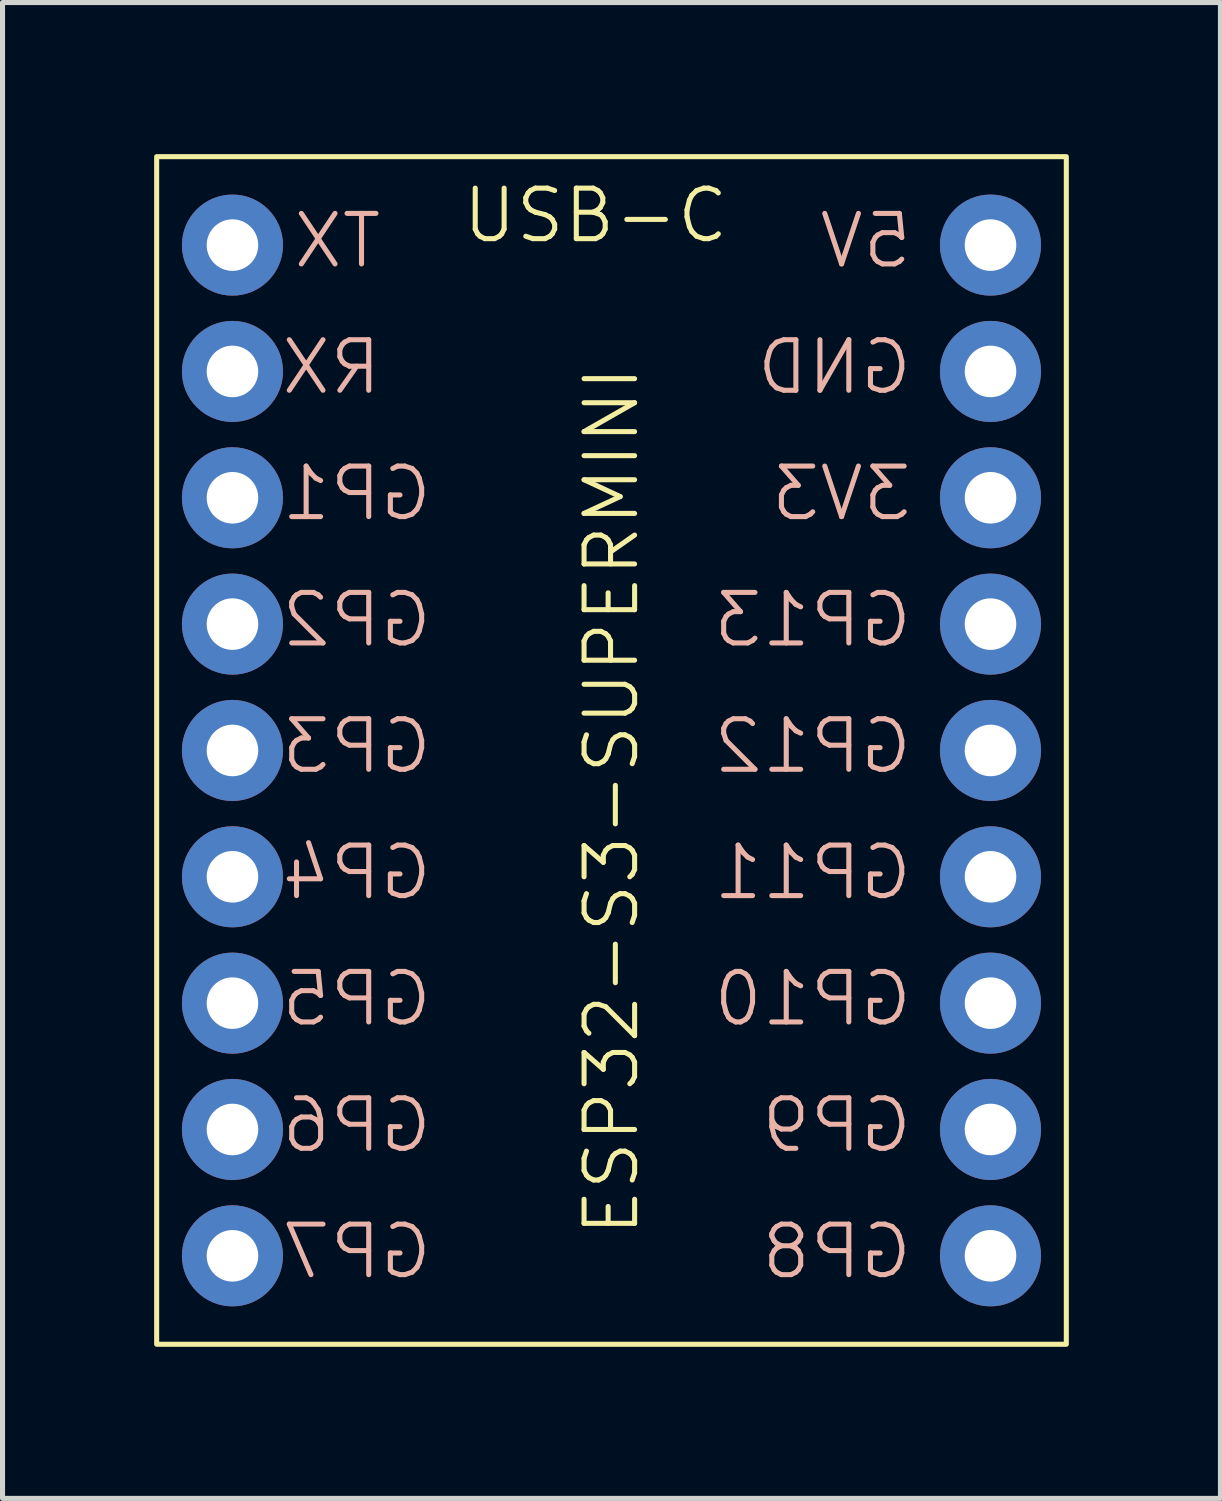
<source format=kicad_pcb>
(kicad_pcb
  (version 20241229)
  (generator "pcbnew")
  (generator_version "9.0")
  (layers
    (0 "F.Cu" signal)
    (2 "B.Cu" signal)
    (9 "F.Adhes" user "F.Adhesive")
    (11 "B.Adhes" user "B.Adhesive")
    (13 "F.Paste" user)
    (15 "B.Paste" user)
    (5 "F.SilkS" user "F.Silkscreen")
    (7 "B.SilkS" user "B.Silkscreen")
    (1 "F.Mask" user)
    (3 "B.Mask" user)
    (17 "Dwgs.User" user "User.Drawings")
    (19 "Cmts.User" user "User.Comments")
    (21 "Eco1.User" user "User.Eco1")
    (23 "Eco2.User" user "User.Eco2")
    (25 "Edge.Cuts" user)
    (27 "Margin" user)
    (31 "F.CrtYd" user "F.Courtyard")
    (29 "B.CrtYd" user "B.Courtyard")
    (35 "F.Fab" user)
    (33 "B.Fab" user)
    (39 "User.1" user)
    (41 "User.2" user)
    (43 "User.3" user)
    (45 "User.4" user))
  (footprint "ESP32-S3-SUPERMINI"
    (layer "F.Cu")
    (at 9.05 11.8)
    (property "Reference" "ESP32-S3-SUPERMINI" (at 0 1 90) (unlocked yes) (layer "F.SilkS") (effects (font (size 1 1) (thickness 0.1))))
    (attr smd)
    (fp_rect (start -9 -11.75) (end 9 11.75) (stroke (width 0.1) (type solid)) (fill no) (layer "F.SilkS"))
    (fp_text user "USB-C" (at -3 -10 0) (unlocked yes) (layer "F.SilkS") (effects (font (size 1 1) (thickness 0.1)) (justify left bottom)))
    (fp_text user "5V" (at 6 -9.5 0) (unlocked yes) (layer "B.SilkS") (effects (font (size 1 1) (thickness 0.1)) (justify left bottom mirror)))
    (fp_text user "GP2" (at -3.5 -2 0) (unlocked yes) (layer "B.SilkS") (effects (font (size 1 1) (thickness 0.1)) (justify left bottom mirror)))
    (fp_text user "TX" (at -4.5 -9.5 0) (unlocked yes) (layer "B.SilkS") (effects (font (size 1 1) (thickness 0.1)) (justify left bottom mirror)))
    (fp_text user "GP3" (at -3.5 0.5 0) (unlocked yes) (layer "B.SilkS") (effects (font (size 1 1) (thickness 0.1)) (justify left bottom mirror)))
    (fp_text user "GP9" (at 6 8 0) (unlocked yes) (layer "B.SilkS") (effects (font (size 1 1) (thickness 0.1)) (justify left bottom mirror)))
    (fp_text user "GP6" (at -3.5 8 0) (unlocked yes) (layer "B.SilkS") (effects (font (size 1 1) (thickness 0.1)) (justify left bottom mirror)))
    (fp_text user "GP13" (at 6 -2 0) (unlocked yes) (layer "B.SilkS") (effects (font (size 1 1) (thickness 0.1)) (justify left bottom mirror)))
    (fp_text user "GP7" (at -3.5 10.5 0) (unlocked yes) (layer "B.SilkS") (effects (font (size 1 1) (thickness 0.1)) (justify left bottom mirror)))
    (fp_text user "GP8" (at 6 10.5 0) (unlocked yes) (layer "B.SilkS") (effects (font (size 1 1) (thickness 0.1)) (justify left bottom mirror)))
    (fp_text user "GP5" (at -3.5 5.5 0) (unlocked yes) (layer "B.SilkS") (effects (font (size 1 1) (thickness 0.1)) (justify left bottom mirror)))
    (fp_text user "RX" (at -4.5 -7 0) (unlocked yes) (layer "B.SilkS") (effects (font (size 1 1) (thickness 0.1)) (justify left bottom mirror)))
    (fp_text user "GP10" (at 6 5.5 0) (unlocked yes) (layer "B.SilkS") (effects (font (size 1 1) (thickness 0.1)) (justify left bottom mirror)))
    (fp_text user "GP12" (at 6 0.5 0) (unlocked yes) (layer "B.SilkS") (effects (font (size 1 1) (thickness 0.1)) (justify left bottom mirror)))
    (fp_text user "GP1" (at -3.5 -4.5 0) (unlocked yes) (layer "B.SilkS") (effects (font (size 1 1) (thickness 0.1)) (justify left bottom mirror)))
    (fp_text user "GND" (at 6 -7 0) (unlocked yes) (layer "B.SilkS") (effects (font (size 1 1) (thickness 0.1)) (justify left bottom mirror)))
    (fp_text user "GP4" (at -3.5 3 0) (unlocked yes) (layer "B.SilkS") (effects (font (size 1 1) (thickness 0.1)) (justify left bottom mirror)))
    (fp_text user "GP11" (at 6 3 0) (unlocked yes) (layer "B.SilkS") (effects (font (size 1 1) (thickness 0.1)) (justify left bottom mirror)))
    (fp_text user "3V3" (at 6 -4.5 0) (unlocked yes) (layer "B.SilkS") (effects (font (size 1 1) (thickness 0.1)) (justify left bottom mirror)))
    (pad "1" thru_hole circle (at -7.5 -5) (size 2 2) (drill 1.02) (layers "*.Cu" "*.Mask"))
    (pad "2" thru_hole circle (at -7.5 -2.5) (size 2 2) (drill 1.02) (layers "*.Cu" "*.Mask"))
    (pad "3" thru_hole circle (at -7.5 0) (size 2 2) (drill 1.02) (layers "*.Cu" "*.Mask"))
    (pad "4" thru_hole circle (at -7.5 2.5) (size 2 2) (drill 1.02) (layers "*.Cu" "*.Mask"))
    (pad "5" thru_hole circle (at -7.5 5) (size 2 2) (drill 1.02) (layers "*.Cu" "*.Mask"))
    (pad "6" thru_hole circle (at -7.5 7.5) (size 2 2) (drill 1.02) (layers "*.Cu" "*.Mask"))
    (pad "7" thru_hole circle (at -7.5 10) (size 2 2) (drill 1.02) (layers "*.Cu" "*.Mask"))
    (pad "8" thru_hole circle (at 7.5 10) (size 2 2) (drill 1.02) (layers "*.Cu" "*.Mask"))
    (pad "9" thru_hole circle (at 7.5 7.5) (size 2 2) (drill 1.02) (layers "*.Cu" "*.Mask"))
    (pad "10" thru_hole circle (at 7.5 5) (size 2 2) (drill 1.02) (layers "*.Cu" "*.Mask"))
    (pad "11" thru_hole circle (at 7.5 2.5) (size 2 2) (drill 1.02) (layers "*.Cu" "*.Mask"))
    (pad "12" thru_hole circle (at 7.5 0) (size 2 2) (drill 1.02) (layers "*.Cu" "*.Mask"))
    (pad "13" thru_hole circle (at 7.5 -2.5) (size 2 2) (drill 1.02) (layers "*.Cu" "*.Mask"))
    (pad "14" thru_hole circle (at 7.5 -5) (size 2 2) (drill 1.02) (layers "*.Cu" "*.Mask"))
    (pad "15" thru_hole circle (at 7.5 -7.5) (size 2 2) (drill 1.02) (layers "*.Cu" "*.Mask"))
    (pad "16" thru_hole circle (at 7.5 -10) (size 2 2) (drill 1.02) (layers "*.Cu" "*.Mask"))
    (pad "17" thru_hole circle (at -7.5 -10) (size 2 2) (drill 1.02) (layers "*.Cu" "*.Mask"))
    (pad "18" thru_hole circle (at -7.5 -7.5) (size 2 2) (drill 1.02) (layers "*.Cu" "*.Mask")))
  (gr_rect
    (start -3 -3)
    (end 21.1 26.6)
    (stroke (width 0.1) (type default))
    (fill no)
    (layer "Edge.Cuts")))
</source>
